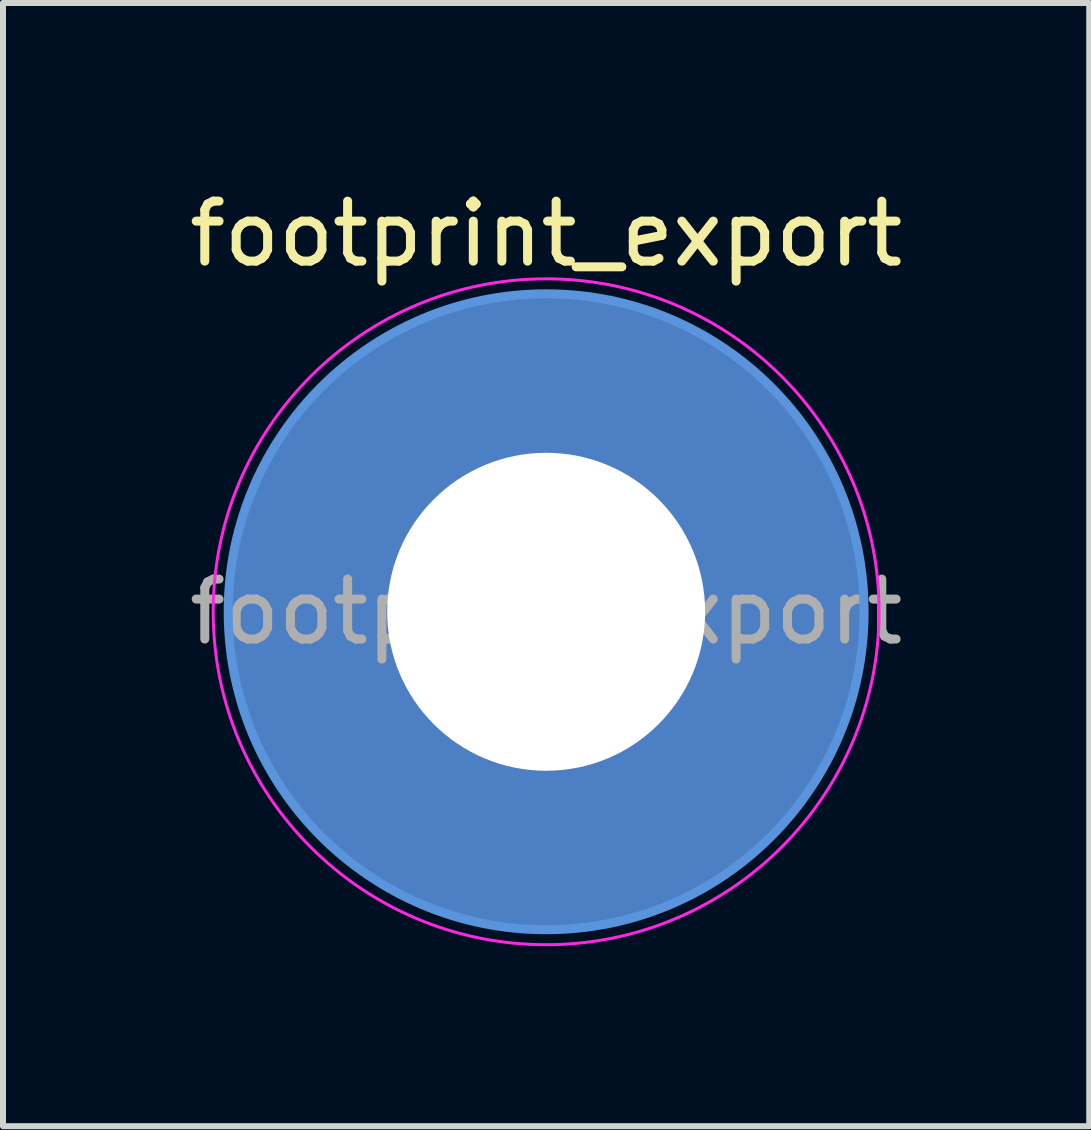
<source format=kicad_pcb>
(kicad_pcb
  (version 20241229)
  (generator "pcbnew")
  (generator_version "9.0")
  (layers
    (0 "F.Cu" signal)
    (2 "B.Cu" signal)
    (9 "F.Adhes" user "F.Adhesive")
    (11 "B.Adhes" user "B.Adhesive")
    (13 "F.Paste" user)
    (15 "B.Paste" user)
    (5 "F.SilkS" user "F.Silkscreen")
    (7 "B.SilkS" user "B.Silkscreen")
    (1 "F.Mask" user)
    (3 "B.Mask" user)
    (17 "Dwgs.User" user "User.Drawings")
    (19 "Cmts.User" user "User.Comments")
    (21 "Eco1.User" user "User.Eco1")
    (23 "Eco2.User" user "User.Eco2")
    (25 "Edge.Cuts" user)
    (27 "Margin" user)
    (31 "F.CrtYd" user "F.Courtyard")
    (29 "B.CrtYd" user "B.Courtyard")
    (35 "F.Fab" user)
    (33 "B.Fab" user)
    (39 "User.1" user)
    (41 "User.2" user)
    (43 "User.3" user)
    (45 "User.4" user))
  (footprint "footprint_export"
    (layer "F.Cu")
    (at 6.054 7.148)
    (property "Reference" "footprint_export" (at 0 -6.3 0) (layer "F.SilkS") (effects (font (size 1 1) (thickness 0.15))))
    (attr exclude_from_pos_files exclude_from_bom)
    (fp_circle (center 0 0) (end 5.3 0) (stroke (width 0.15) (type solid)) (fill no) (layer "Cmts.User"))
    (fp_circle (center 0 0) (end 5.55 0) (stroke (width 0.05) (type solid)) (fill no) (layer "F.CrtYd"))
    (fp_text user "${REFERENCE}" (at 0 0 0) (layer "F.Fab") (effects (font (size 1 1) (thickness 0.15))))
    (pad "1" thru_hole circle (at 0 0) (size 10.6 10.6) (drill 5.3) (layers "*.Cu" "*.Mask")))
  (gr_rect
    (start -3 -3)
    (end 15.107 15.723)
    (stroke (width 0.1) (type default))
    (fill no)
    (layer "Edge.Cuts")))
</source>
